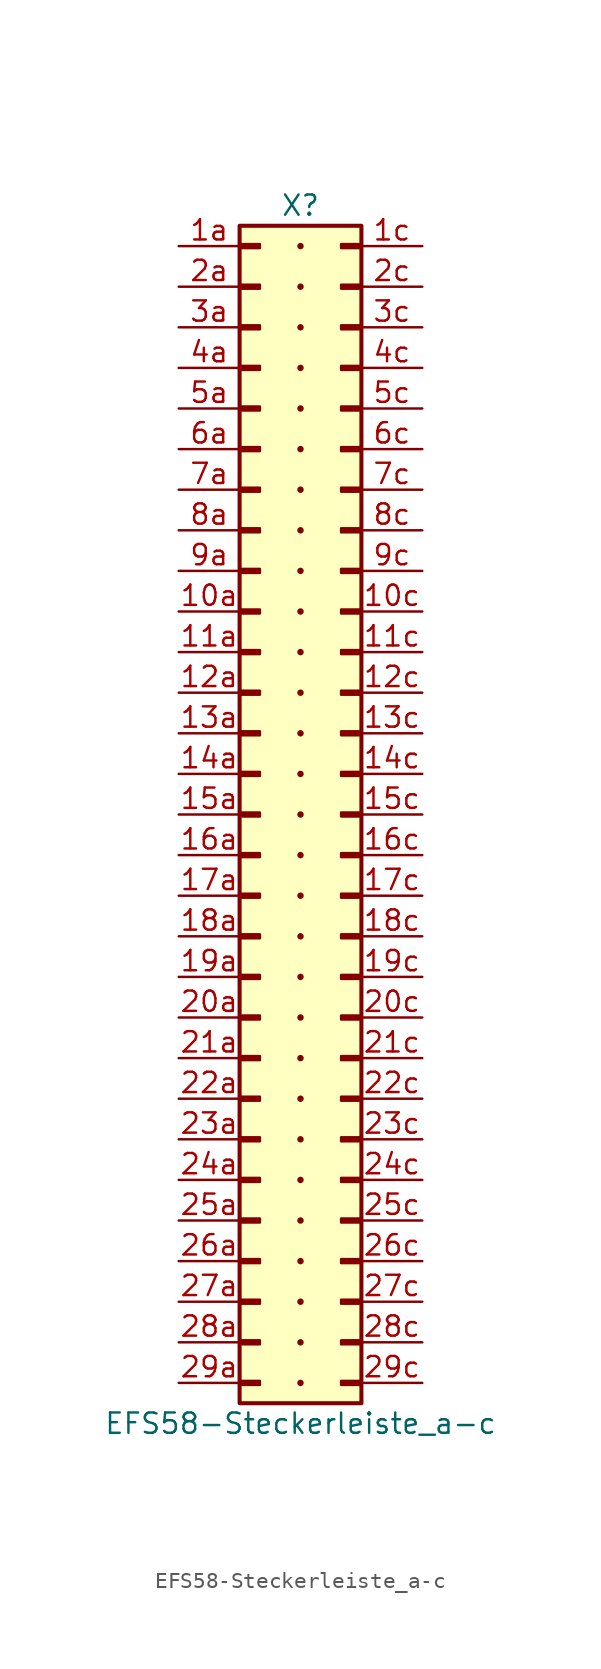
<source format=kicad_sym>
(kicad_symbol_lib
  (version 20211014)
  (generator kicad_symbol_editor)
  (symbol "EFS58-Steckerleiste_a-c"
    (pin_names
      (offset 1.016) hide)
    (property "Reference" "X"
      (at 0 38.1 0)
      (effects (font (size 1.27 1.27))))
    (property "Value" "EFS58-Steckerleiste_a-c"
      (at 0 -38.1 0)
      (effects (font (size 1.27 1.27))))
    (symbol "EFS58-Steckerleiste_a-c_0_1"
      (circle (center 0 -35.56) (radius 0.127) (stroke (width 0.152) (type default) (color 0 0 0 0)) (fill (type outline)))
      (circle (center 0 -33.02) (radius 0.127) (stroke (width 0.152) (type default) (color 0 0 0 0)) (fill (type outline)))
      (circle (center 0 -30.48) (radius 0.127) (stroke (width 0.152) (type default) (color 0 0 0 0)) (fill (type outline)))
      (circle (center 0 -27.94) (radius 0.127) (stroke (width 0.152) (type default) (color 0 0 0 0)) (fill (type outline)))
      (circle (center 0 -25.4) (radius 0.127) (stroke (width 0.152) (type default) (color 0 0 0 0)) (fill (type outline)))
      (circle (center 0 -22.86) (radius 0.127) (stroke (width 0.152) (type default) (color 0 0 0 0)) (fill (type outline)))
      (circle (center 0 -20.32) (radius 0.127) (stroke (width 0.152) (type default) (color 0 0 0 0)) (fill (type outline)))
      (circle (center 0 -17.78) (radius 0.127) (stroke (width 0.152) (type default) (color 0 0 0 0)) (fill (type outline)))
      (circle (center 0 -15.24) (radius 0.127) (stroke (width 0.152) (type default) (color 0 0 0 0)) (fill (type outline)))
      (circle (center 0 -12.7) (radius 0.127) (stroke (width 0.152) (type default) (color 0 0 0 0)) (fill (type outline)))
      (circle (center 0 -10.16) (radius 0.127) (stroke (width 0.152) (type default) (color 0 0 0 0)) (fill (type outline)))
      (circle (center 0 -7.62) (radius 0.127) (stroke (width 0.152) (type default) (color 0 0 0 0)) (fill (type outline)))
      (circle (center 0 -5.08) (radius 0.127) (stroke (width 0.152) (type default) (color 0 0 0 0)) (fill (type outline)))
      (circle (center 0 -2.54) (radius 0.127) (stroke (width 0.152) (type default) (color 0 0 0 0)) (fill (type outline)))
      (circle (center 0 0) (radius 0.127) (stroke (width 0.152) (type default) (color 0 0 0 0)) (fill (type outline)))
      (circle (center 0 2.54) (radius 0.127) (stroke (width 0.152) (type default) (color 0 0 0 0)) (fill (type outline)))
      (circle (center 0 5.08) (radius 0.127) (stroke (width 0.152) (type default) (color 0 0 0 0)) (fill (type outline)))
      (circle (center 0 7.62) (radius 0.127) (stroke (width 0.152) (type default) (color 0 0 0 0)) (fill (type outline)))
      (circle (center 0 10.16) (radius 0.127) (stroke (width 0.152) (type default) (color 0 0 0 0)) (fill (type outline)))
      (circle (center 0 12.7) (radius 0.127) (stroke (width 0.152) (type default) (color 0 0 0 0)) (fill (type outline)))
      (circle (center 0 15.24) (radius 0.127) (stroke (width 0.152) (type default) (color 0 0 0 0)) (fill (type outline)))
      (circle (center 0 17.78) (radius 0.127) (stroke (width 0.152) (type default) (color 0 0 0 0)) (fill (type outline)))
      (circle (center 0 20.32) (radius 0.127) (stroke (width 0.152) (type default) (color 0 0 0 0)) (fill (type outline)))
      (circle (center 0 22.86) (radius 0.127) (stroke (width 0.152) (type default) (color 0 0 0 0)) (fill (type outline)))
      (circle (center 0 25.4) (radius 0.127) (stroke (width 0.152) (type default) (color 0 0 0 0)) (fill (type outline)))
      (circle (center 0 27.94) (radius 0.127) (stroke (width 0.152) (type default) (color 0 0 0 0)) (fill (type outline)))
      (circle (center 0 30.48) (radius 0.127) (stroke (width 0.152) (type default) (color 0 0 0 0)) (fill (type outline)))
      (circle (center 0 33.02) (radius 0.127) (stroke (width 0.152) (type default) (color 0 0 0 0)) (fill (type outline)))
      (circle (center 0 35.56) (radius 0.127) (stroke (width 0.152) (type default) (color 0 0 0 0)) (fill (type outline))))
    (symbol "EFS58-Steckerleiste_a-c_1_1"
      (rectangle (start -3.81 -35.433) (end -2.54 -35.687) (stroke (width 0.152) (type default) (color 0 0 0 0)) (fill (type outline)))
      (rectangle (start -3.81 -32.893) (end -2.54 -33.147) (stroke (width 0.152) (type default) (color 0 0 0 0)) (fill (type outline)))
      (rectangle (start -3.81 -30.353) (end -2.54 -30.607) (stroke (width 0.152) (type default) (color 0 0 0 0)) (fill (type outline)))
      (rectangle (start -3.81 -27.813) (end -2.54 -28.067) (stroke (width 0.152) (type default) (color 0 0 0 0)) (fill (type outline)))
      (rectangle (start -3.81 -25.273) (end -2.54 -25.527) (stroke (width 0.152) (type default) (color 0 0 0 0)) (fill (type outline)))
      (rectangle (start -3.81 -22.733) (end -2.54 -22.987) (stroke (width 0.152) (type default) (color 0 0 0 0)) (fill (type outline)))
      (rectangle (start -3.81 -20.193) (end -2.54 -20.447) (stroke (width 0.152) (type default) (color 0 0 0 0)) (fill (type outline)))
      (rectangle (start -3.81 -17.653) (end -2.54 -17.907) (stroke (width 0.152) (type default) (color 0 0 0 0)) (fill (type outline)))
      (rectangle (start -3.81 -15.113) (end -2.54 -15.367) (stroke (width 0.152) (type default) (color 0 0 0 0)) (fill (type outline)))
      (rectangle (start -3.81 -12.573) (end -2.54 -12.827) (stroke (width 0.152) (type default) (color 0 0 0 0)) (fill (type outline)))
      (rectangle (start -3.81 -10.033) (end -2.54 -10.287) (stroke (width 0.152) (type default) (color 0 0 0 0)) (fill (type outline)))
      (rectangle (start -3.81 -7.493) (end -2.54 -7.747) (stroke (width 0.152) (type default) (color 0 0 0 0)) (fill (type outline)))
      (rectangle (start -3.81 -4.953) (end -2.54 -5.207) (stroke (width 0.152) (type default) (color 0 0 0 0)) (fill (type outline)))
      (rectangle (start -3.81 -2.413) (end -2.54 -2.667) (stroke (width 0.152) (type default) (color 0 0 0 0)) (fill (type outline)))
      (rectangle (start -3.81 0.127) (end -2.54 -0.127) (stroke (width 0.152) (type default) (color 0 0 0 0)) (fill (type outline)))
      (rectangle (start -3.81 2.667) (end -2.54 2.413) (stroke (width 0.152) (type default) (color 0 0 0 0)) (fill (type outline)))
      (rectangle (start -3.81 5.207) (end -2.54 4.953) (stroke (width 0.152) (type default) (color 0 0 0 0)) (fill (type outline)))
      (rectangle (start -3.81 7.747) (end -2.54 7.493) (stroke (width 0.152) (type default) (color 0 0 0 0)) (fill (type outline)))
      (rectangle (start -3.81 10.287) (end -2.54 10.033) (stroke (width 0.152) (type default) (color 0 0 0 0)) (fill (type outline)))
      (rectangle (start -3.81 12.827) (end -2.54 12.573) (stroke (width 0.152) (type default) (color 0 0 0 0)) (fill (type outline)))
      (rectangle (start -3.81 15.367) (end -2.54 15.113) (stroke (width 0.152) (type default) (color 0 0 0 0)) (fill (type outline)))
      (rectangle (start -3.81 17.907) (end -2.54 17.653) (stroke (width 0.152) (type default) (color 0 0 0 0)) (fill (type outline)))
      (rectangle (start -3.81 20.447) (end -2.54 20.193) (stroke (width 0.152) (type default) (color 0 0 0 0)) (fill (type outline)))
      (rectangle (start -3.81 22.987) (end -2.54 22.733) (stroke (width 0.152) (type default) (color 0 0 0 0)) (fill (type outline)))
      (rectangle (start -3.81 25.527) (end -2.54 25.273) (stroke (width 0.152) (type default) (color 0 0 0 0)) (fill (type outline)))
      (rectangle (start -3.81 28.067) (end -2.54 27.813) (stroke (width 0.152) (type default) (color 0 0 0 0)) (fill (type outline)))
      (rectangle (start -3.81 30.607) (end -2.54 30.353) (stroke (width 0.152) (type default) (color 0 0 0 0)) (fill (type outline)))
      (rectangle (start -3.81 33.147) (end -2.54 32.893) (stroke (width 0.152) (type default) (color 0 0 0 0)) (fill (type outline)))
      (rectangle (start -3.81 35.687) (end -2.54 35.433) (stroke (width 0.152) (type default) (color 0 0 0 0)) (fill (type outline)))
      (rectangle (start -3.81 36.83) (end 3.81 -36.83) (stroke (width 0.254) (type default) (color 0 0 0 0)) (fill (type background)))
      (rectangle (start 3.81 -35.433) (end 2.54 -35.687) (stroke (width 0.152) (type default) (color 0 0 0 0)) (fill (type outline)))
      (rectangle (start 3.81 -32.893) (end 2.54 -33.147) (stroke (width 0.152) (type default) (color 0 0 0 0)) (fill (type outline)))
      (rectangle (start 3.81 -30.353) (end 2.54 -30.607) (stroke (width 0.152) (type default) (color 0 0 0 0)) (fill (type outline)))
      (rectangle (start 3.81 -27.813) (end 2.54 -28.067) (stroke (width 0.152) (type default) (color 0 0 0 0)) (fill (type outline)))
      (rectangle (start 3.81 -25.273) (end 2.54 -25.527) (stroke (width 0.152) (type default) (color 0 0 0 0)) (fill (type outline)))
      (rectangle (start 3.81 -22.733) (end 2.54 -22.987) (stroke (width 0.152) (type default) (color 0 0 0 0)) (fill (type outline)))
      (rectangle (start 3.81 -20.193) (end 2.54 -20.447) (stroke (width 0.152) (type default) (color 0 0 0 0)) (fill (type outline)))
      (rectangle (start 3.81 -17.653) (end 2.54 -17.907) (stroke (width 0.152) (type default) (color 0 0 0 0)) (fill (type outline)))
      (rectangle (start 3.81 -15.113) (end 2.54 -15.367) (stroke (width 0.152) (type default) (color 0 0 0 0)) (fill (type outline)))
      (rectangle (start 3.81 -12.573) (end 2.54 -12.827) (stroke (width 0.152) (type default) (color 0 0 0 0)) (fill (type outline)))
      (rectangle (start 3.81 -10.033) (end 2.54 -10.287) (stroke (width 0.152) (type default) (color 0 0 0 0)) (fill (type outline)))
      (rectangle (start 3.81 -7.493) (end 2.54 -7.747) (stroke (width 0.152) (type default) (color 0 0 0 0)) (fill (type outline)))
      (rectangle (start 3.81 -4.953) (end 2.54 -5.207) (stroke (width 0.152) (type default) (color 0 0 0 0)) (fill (type outline)))
      (rectangle (start 3.81 -2.413) (end 2.54 -2.667) (stroke (width 0.152) (type default) (color 0 0 0 0)) (fill (type outline)))
      (rectangle (start 3.81 0.127) (end 2.54 -0.127) (stroke (width 0.152) (type default) (color 0 0 0 0)) (fill (type outline)))
      (rectangle (start 3.81 2.667) (end 2.54 2.413) (stroke (width 0.152) (type default) (color 0 0 0 0)) (fill (type outline)))
      (rectangle (start 3.81 5.207) (end 2.54 4.953) (stroke (width 0.152) (type default) (color 0 0 0 0)) (fill (type outline)))
      (rectangle (start 3.81 7.747) (end 2.54 7.493) (stroke (width 0.152) (type default) (color 0 0 0 0)) (fill (type outline)))
      (rectangle (start 3.81 10.287) (end 2.54 10.033) (stroke (width 0.152) (type default) (color 0 0 0 0)) (fill (type outline)))
      (rectangle (start 3.81 12.827) (end 2.54 12.573) (stroke (width 0.152) (type default) (color 0 0 0 0)) (fill (type outline)))
      (rectangle (start 3.81 15.367) (end 2.54 15.113) (stroke (width 0.152) (type default) (color 0 0 0 0)) (fill (type outline)))
      (rectangle (start 3.81 17.907) (end 2.54 17.653) (stroke (width 0.152) (type default) (color 0 0 0 0)) (fill (type outline)))
      (rectangle (start 3.81 20.447) (end 2.54 20.193) (stroke (width 0.152) (type default) (color 0 0 0 0)) (fill (type outline)))
      (rectangle (start 3.81 22.987) (end 2.54 22.733) (stroke (width 0.152) (type default) (color 0 0 0 0)) (fill (type outline)))
      (rectangle (start 3.81 25.527) (end 2.54 25.273) (stroke (width 0.152) (type default) (color 0 0 0 0)) (fill (type outline)))
      (rectangle (start 3.81 28.067) (end 2.54 27.813) (stroke (width 0.152) (type default) (color 0 0 0 0)) (fill (type outline)))
      (rectangle (start 3.81 30.607) (end 2.54 30.353) (stroke (width 0.152) (type default) (color 0 0 0 0)) (fill (type outline)))
      (rectangle (start 3.81 33.147) (end 2.54 32.893) (stroke (width 0.152) (type default) (color 0 0 0 0)) (fill (type outline)))
      (rectangle (start 3.81 35.687) (end 2.54 35.433) (stroke (width 0.152) (type default) (color 0 0 0 0)) (fill (type outline)))
      (pin passive line (at -7.62 12.7 0) (length 3.81) (name "Pin_10a" (effects (font (size 1.27 1.27)))) (number "10a" (effects (font (size 1.27 1.27)))))
      (pin passive line (at 7.62 12.7 180) (length 3.81) (name "Pin_10c" (effects (font (size 1.27 1.27)))) (number "10c" (effects (font (size 1.27 1.27)))))
      (pin passive line (at -7.62 10.16 0) (length 3.81) (name "Pin_11a" (effects (font (size 1.27 1.27)))) (number "11a" (effects (font (size 1.27 1.27)))))
      (pin passive line (at 7.62 10.16 180) (length 3.81) (name "Pin_11c" (effects (font (size 1.27 1.27)))) (number "11c" (effects (font (size 1.27 1.27)))))
      (pin passive line (at -7.62 7.62 0) (length 3.81) (name "Pin_12a" (effects (font (size 1.27 1.27)))) (number "12a" (effects (font (size 1.27 1.27)))))
      (pin passive line (at 7.62 7.62 180) (length 3.81) (name "Pin_12c" (effects (font (size 1.27 1.27)))) (number "12c" (effects (font (size 1.27 1.27)))))
      (pin passive line (at -7.62 5.08 0) (length 3.81) (name "Pin_13a" (effects (font (size 1.27 1.27)))) (number "13a" (effects (font (size 1.27 1.27)))))
      (pin passive line (at 7.62 5.08 180) (length 3.81) (name "Pin_13c" (effects (font (size 1.27 1.27)))) (number "13c" (effects (font (size 1.27 1.27)))))
      (pin passive line (at -7.62 2.54 0) (length 3.81) (name "Pin_14a" (effects (font (size 1.27 1.27)))) (number "14a" (effects (font (size 1.27 1.27)))))
      (pin passive line (at 7.62 2.54 180) (length 3.81) (name "Pin_14c" (effects (font (size 1.27 1.27)))) (number "14c" (effects (font (size 1.27 1.27)))))
      (pin passive line (at -7.62 0 0) (length 3.81) (name "Pin_15a" (effects (font (size 1.27 1.27)))) (number "15a" (effects (font (size 1.27 1.27)))))
      (pin passive line (at 7.62 0 180) (length 3.81) (name "Pin_15c" (effects (font (size 1.27 1.27)))) (number "15c" (effects (font (size 1.27 1.27)))))
      (pin passive line (at -7.62 -2.54 0) (length 3.81) (name "Pin_16a" (effects (font (size 1.27 1.27)))) (number "16a" (effects (font (size 1.27 1.27)))))
      (pin passive line (at 7.62 -2.54 180) (length 3.81) (name "Pin_16c" (effects (font (size 1.27 1.27)))) (number "16c" (effects (font (size 1.27 1.27)))))
      (pin passive line (at -7.62 -5.08 0) (length 3.81) (name "Pin_17a" (effects (font (size 1.27 1.27)))) (number "17a" (effects (font (size 1.27 1.27)))))
      (pin passive line (at 7.62 -5.08 180) (length 3.81) (name "Pin_17c" (effects (font (size 1.27 1.27)))) (number "17c" (effects (font (size 1.27 1.27)))))
      (pin passive line (at -7.62 -7.62 0) (length 3.81) (name "Pin_18a" (effects (font (size 1.27 1.27)))) (number "18a" (effects (font (size 1.27 1.27)))))
      (pin passive line (at 7.62 -7.62 180) (length 3.81) (name "Pin_18c" (effects (font (size 1.27 1.27)))) (number "18c" (effects (font (size 1.27 1.27)))))
      (pin passive line (at -7.62 -10.16 0) (length 3.81) (name "Pin_19a" (effects (font (size 1.27 1.27)))) (number "19a" (effects (font (size 1.27 1.27)))))
      (pin passive line (at 7.62 -10.16 180) (length 3.81) (name "Pin_19c" (effects (font (size 1.27 1.27)))) (number "19c" (effects (font (size 1.27 1.27)))))
      (pin passive line (at -7.62 35.56 0) (length 3.81) (name "Pin_1a" (effects (font (size 1.27 1.27)))) (number "1a" (effects (font (size 1.27 1.27)))))
      (pin passive line (at 7.62 35.56 180) (length 3.81) (name "Pin_1c" (effects (font (size 1.27 1.27)))) (number "1c" (effects (font (size 1.27 1.27)))))
      (pin passive line (at -7.62 -12.7 0) (length 3.81) (name "Pin_20a" (effects (font (size 1.27 1.27)))) (number "20a" (effects (font (size 1.27 1.27)))))
      (pin passive line (at 7.62 -12.7 180) (length 3.81) (name "Pin_20c" (effects (font (size 1.27 1.27)))) (number "20c" (effects (font (size 1.27 1.27)))))
      (pin passive line (at -7.62 -15.24 0) (length 3.81) (name "Pin_21a" (effects (font (size 1.27 1.27)))) (number "21a" (effects (font (size 1.27 1.27)))))
      (pin passive line (at 7.62 -15.24 180) (length 3.81) (name "Pin_21c" (effects (font (size 1.27 1.27)))) (number "21c" (effects (font (size 1.27 1.27)))))
      (pin passive line (at -7.62 -17.78 0) (length 3.81) (name "Pin_22a" (effects (font (size 1.27 1.27)))) (number "22a" (effects (font (size 1.27 1.27)))))
      (pin passive line (at 7.62 -17.78 180) (length 3.81) (name "Pin_22c" (effects (font (size 1.27 1.27)))) (number "22c" (effects (font (size 1.27 1.27)))))
      (pin passive line (at -7.62 -20.32 0) (length 3.81) (name "Pin_23a" (effects (font (size 1.27 1.27)))) (number "23a" (effects (font (size 1.27 1.27)))))
      (pin passive line (at 7.62 -20.32 180) (length 3.81) (name "Pin_23c" (effects (font (size 1.27 1.27)))) (number "23c" (effects (font (size 1.27 1.27)))))
      (pin passive line (at -7.62 -22.86 0) (length 3.81) (name "Pin_24a" (effects (font (size 1.27 1.27)))) (number "24a" (effects (font (size 1.27 1.27)))))
      (pin passive line (at 7.62 -22.86 180) (length 3.81) (name "Pin_24c" (effects (font (size 1.27 1.27)))) (number "24c" (effects (font (size 1.27 1.27)))))
      (pin passive line (at -7.62 -25.4 0) (length 3.81) (name "Pin_25a" (effects (font (size 1.27 1.27)))) (number "25a" (effects (font (size 1.27 1.27)))))
      (pin passive line (at 7.62 -25.4 180) (length 3.81) (name "Pin_25c" (effects (font (size 1.27 1.27)))) (number "25c" (effects (font (size 1.27 1.27)))))
      (pin passive line (at -7.62 -27.94 0) (length 3.81) (name "Pin_26a" (effects (font (size 1.27 1.27)))) (number "26a" (effects (font (size 1.27 1.27)))))
      (pin passive line (at 7.62 -27.94 180) (length 3.81) (name "Pin_26c" (effects (font (size 1.27 1.27)))) (number "26c" (effects (font (size 1.27 1.27)))))
      (pin passive line (at -7.62 -30.48 0) (length 3.81) (name "Pin_27a" (effects (font (size 1.27 1.27)))) (number "27a" (effects (font (size 1.27 1.27)))))
      (pin passive line (at 7.62 -30.48 180) (length 3.81) (name "Pin_27c" (effects (font (size 1.27 1.27)))) (number "27c" (effects (font (size 1.27 1.27)))))
      (pin passive line (at -7.62 -33.02 0) (length 3.81) (name "Pin_28a" (effects (font (size 1.27 1.27)))) (number "28a" (effects (font (size 1.27 1.27)))))
      (pin passive line (at 7.62 -33.02 180) (length 3.81) (name "Pin_28c" (effects (font (size 1.27 1.27)))) (number "28c" (effects (font (size 1.27 1.27)))))
      (pin passive line (at -7.62 -35.56 0) (length 3.81) (name "Pin_29a" (effects (font (size 1.27 1.27)))) (number "29a" (effects (font (size 1.27 1.27)))))
      (pin passive line (at 7.62 -35.56 180) (length 3.81) (name "Pin_29c" (effects (font (size 1.27 1.27)))) (number "29c" (effects (font (size 1.27 1.27)))))
      (pin passive line (at -7.62 33.02 0) (length 3.81) (name "Pin_2a" (effects (font (size 1.27 1.27)))) (number "2a" (effects (font (size 1.27 1.27)))))
      (pin passive line (at 7.62 33.02 180) (length 3.81) (name "Pin_2c" (effects (font (size 1.27 1.27)))) (number "2c" (effects (font (size 1.27 1.27)))))
      (pin passive line (at -7.62 30.48 0) (length 3.81) (name "Pin_3a" (effects (font (size 1.27 1.27)))) (number "3a" (effects (font (size 1.27 1.27)))))
      (pin passive line (at 7.62 30.48 180) (length 3.81) (name "Pin_3c" (effects (font (size 1.27 1.27)))) (number "3c" (effects (font (size 1.27 1.27)))))
      (pin passive line (at -7.62 27.94 0) (length 3.81) (name "Pin_4a" (effects (font (size 1.27 1.27)))) (number "4a" (effects (font (size 1.27 1.27)))))
      (pin passive line (at 7.62 27.94 180) (length 3.81) (name "Pin_4c" (effects (font (size 1.27 1.27)))) (number "4c" (effects (font (size 1.27 1.27)))))
      (pin passive line (at -7.62 25.4 0) (length 3.81) (name "Pin_5a" (effects (font (size 1.27 1.27)))) (number "5a" (effects (font (size 1.27 1.27)))))
      (pin passive line (at 7.62 25.4 180) (length 3.81) (name "Pin_5c" (effects (font (size 1.27 1.27)))) (number "5c" (effects (font (size 1.27 1.27)))))
      (pin passive line (at -7.62 22.86 0) (length 3.81) (name "Pin_6a" (effects (font (size 1.27 1.27)))) (number "6a" (effects (font (size 1.27 1.27)))))
      (pin passive line (at 7.62 22.86 180) (length 3.81) (name "Pin_6c" (effects (font (size 1.27 1.27)))) (number "6c" (effects (font (size 1.27 1.27)))))
      (pin passive line (at -7.62 20.32 0) (length 3.81) (name "Pin_7a" (effects (font (size 1.27 1.27)))) (number "7a" (effects (font (size 1.27 1.27)))))
      (pin passive line (at 7.62 20.32 180) (length 3.81) (name "Pin_7c" (effects (font (size 1.27 1.27)))) (number "7c" (effects (font (size 1.27 1.27)))))
      (pin passive line (at -7.62 17.78 0) (length 3.81) (name "Pin_8a" (effects (font (size 1.27 1.27)))) (number "8a" (effects (font (size 1.27 1.27)))))
      (pin passive line (at 7.62 17.78 180) (length 3.81) (name "Pin_8c" (effects (font (size 1.27 1.27)))) (number "8c" (effects (font (size 1.27 1.27)))))
      (pin passive line (at -7.62 15.24 0) (length 3.81) (name "Pin_9a" (effects (font (size 1.27 1.27)))) (number "9a" (effects (font (size 1.27 1.27)))))
      (pin passive line (at 7.62 15.24 180) (length 3.81) (name "Pin_9c" (effects (font (size 1.27 1.27)))) (number "9c" (effects (font (size 1.27 1.27))))))))
</source>
